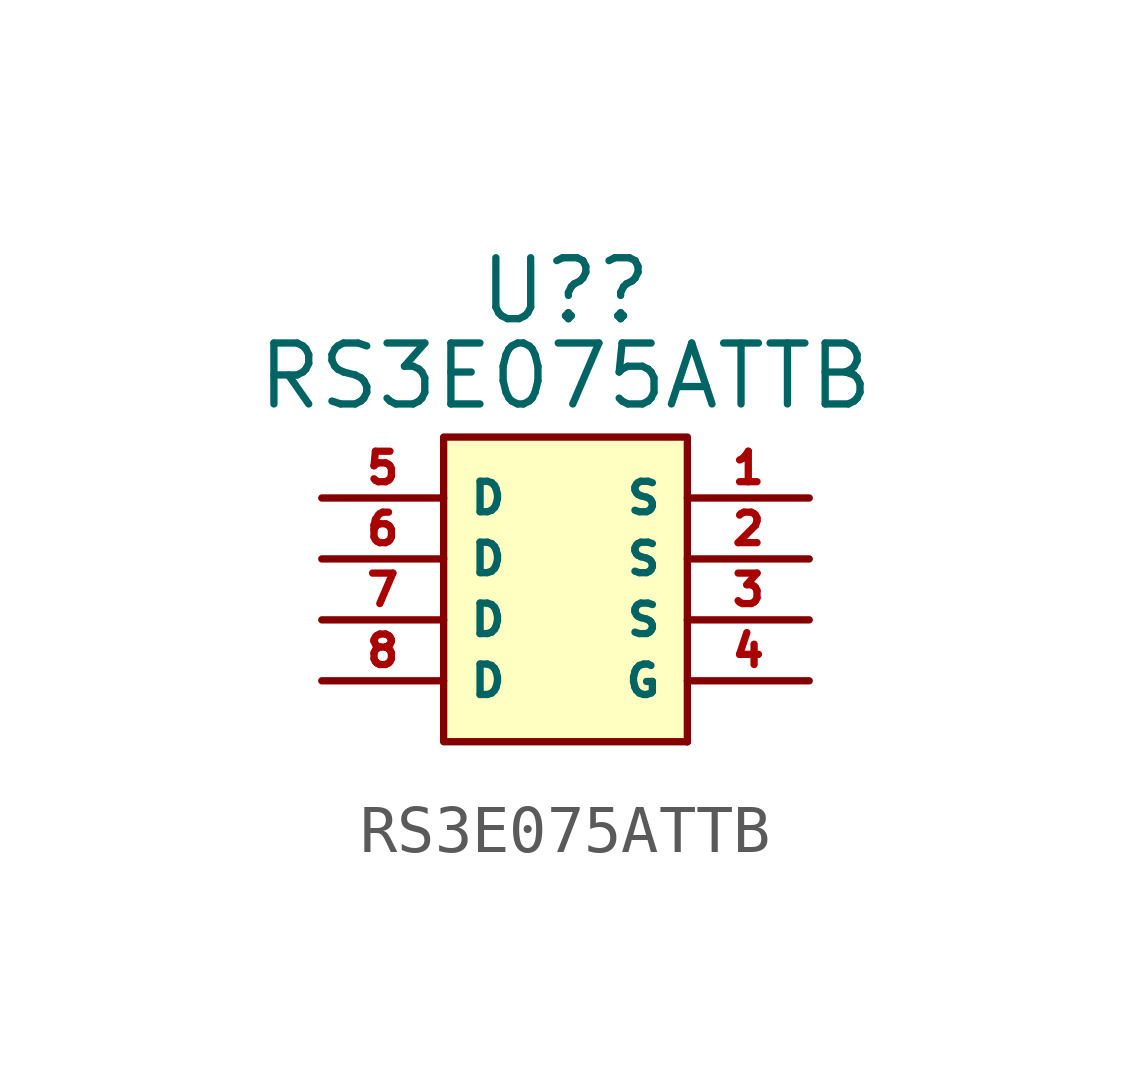
<source format=kicad_sym>
(kicad_symbol_lib
  (version 20231120)
  (generator "kicad_symbol_editor")
  (generator_version "8.0")
  (symbol "RS3E075ATTB"
    (property "Reference" "U?"
      (at 0 1.778 0)
      (effects (font (size 1.27 1.27))))
    (property "Value" "RS3E075ATTB"
      (at 0 0 0)
      (effects (font (size 1.27 1.27))))
    (symbol "RS3E075ATTB_0_1"
      (rectangle (start 2.54 -7.62) (end 2.54 -7.62) (stroke (width 0) (type default)) (fill (type none)))
      (rectangle (start 2.54 -7.62) (end 2.54 -7.62) (stroke (width 0) (type default)) (fill (type none))))
    (symbol "RS3E075ATTB_1_1"
      (rectangle (start -2.54 -1.27) (end 2.54 -7.62) (stroke (width 0) (type default)) (fill (type background)))
      (pin bidirectional line (at 5.08 -2.54 180) (length 2.54) (name "S" (effects (font (size 0.635 0.635)))) (number "1" (effects (font (size 0.635 0.635)))))
      (pin bidirectional line (at 5.08 -3.81 180) (length 2.54) (name "S" (effects (font (size 0.635 0.635)))) (number "2" (effects (font (size 0.635 0.635)))))
      (pin bidirectional line (at 5.08 -5.08 180) (length 2.54) (name "S" (effects (font (size 0.635 0.635)))) (number "3" (effects (font (size 0.635 0.635)))))
      (pin bidirectional line (at 5.08 -6.35 180) (length 2.54) (name "G" (effects (font (size 0.635 0.635)))) (number "4" (effects (font (size 0.635 0.635)))))
      (pin bidirectional line (at -5.08 -2.54 0) (length 2.54) (name "D" (effects (font (size 0.635 0.635)))) (number "5" (effects (font (size 0.635 0.635)))))
      (pin bidirectional line (at -5.08 -3.81 0) (length 2.54) (name "D" (effects (font (size 0.635 0.635)))) (number "6" (effects (font (size 0.635 0.635)))))
      (pin bidirectional line (at -5.08 -5.08 0) (length 2.54) (name "D" (effects (font (size 0.635 0.635)))) (number "7" (effects (font (size 0.635 0.635)))))
      (pin bidirectional line (at -5.08 -6.35 0) (length 2.54) (name "D" (effects (font (size 0.635 0.635)))) (number "8" (effects (font (size 0.635 0.635))))))))
</source>
